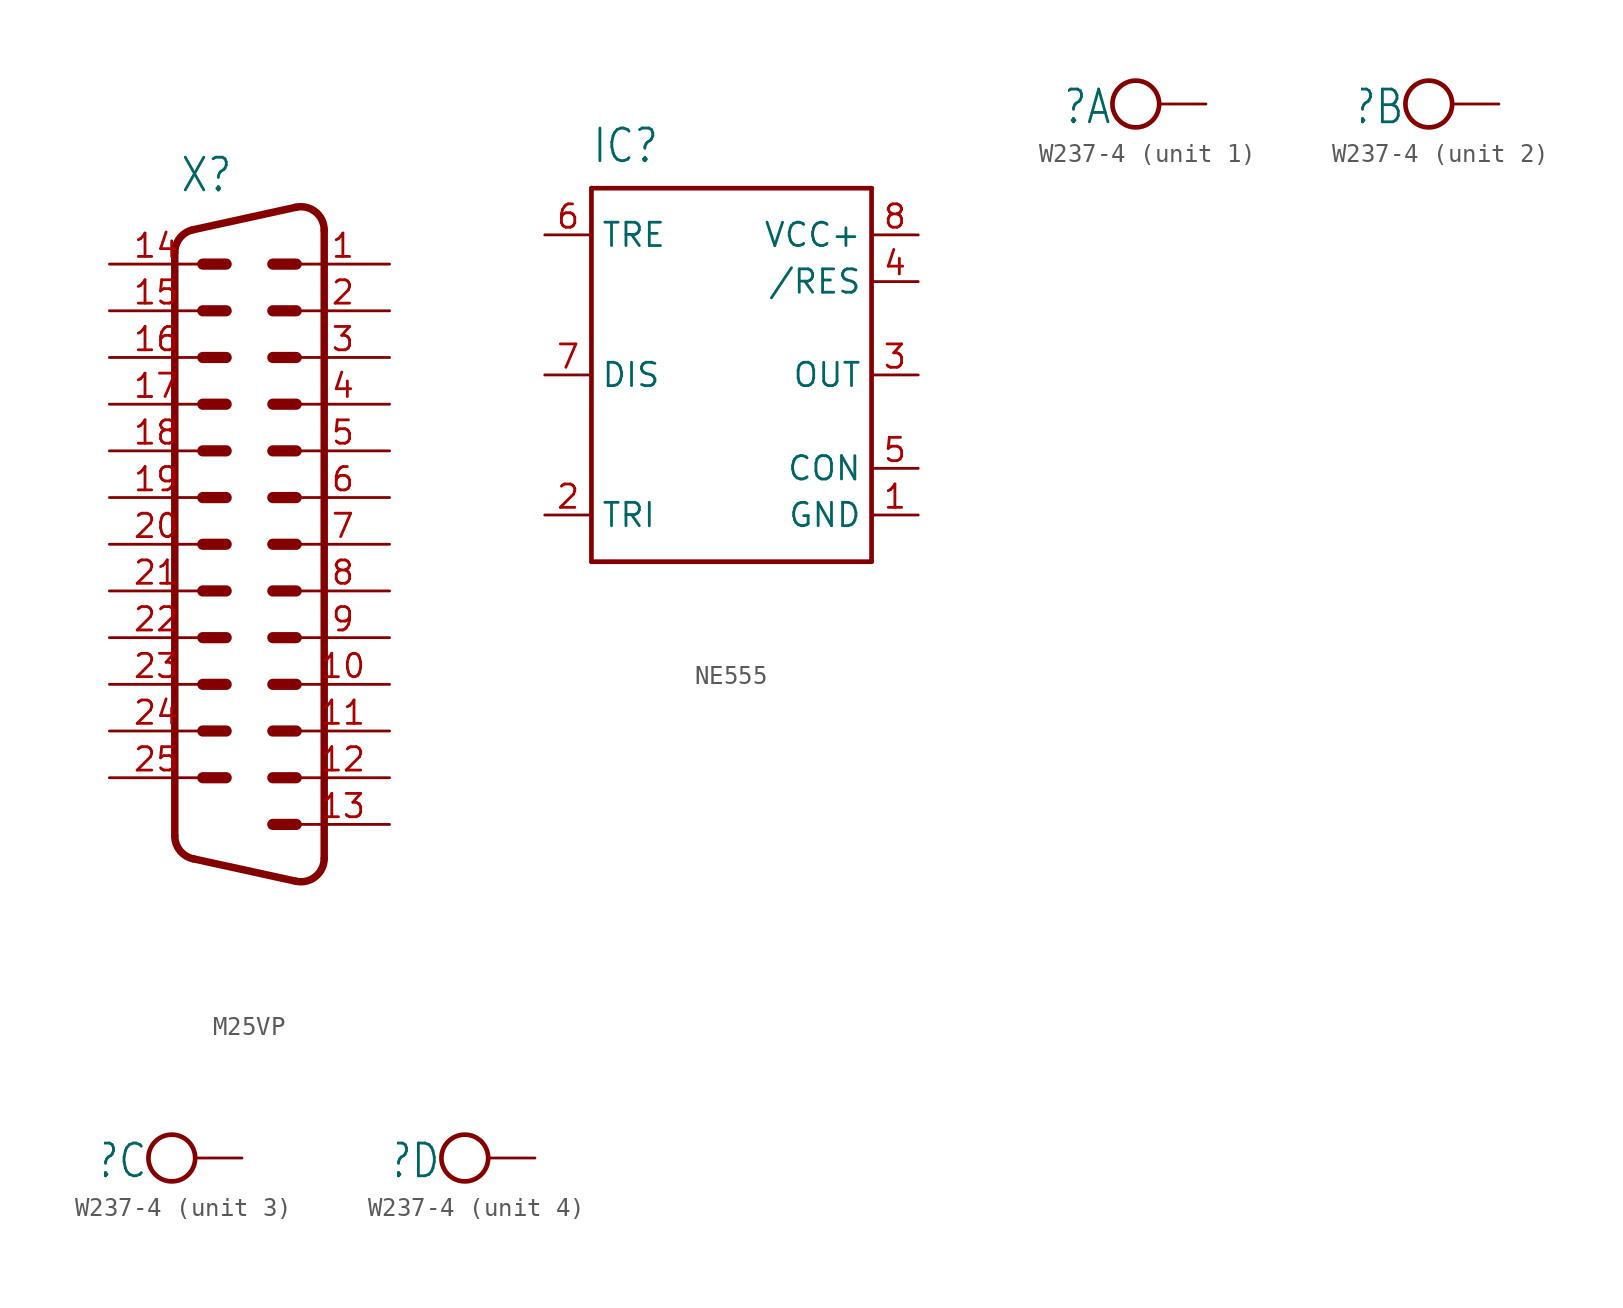
<source format=kicad_sym>
(kicad_symbol_lib
  (version 20220914)
  (generator kicad_symbol_editor)
  (symbol "M25VP"
    (property "Reference" "X"
      (at -3.81 16.51 0)
      (effects (font (size 1.778 1.511)) (justify left bottom)))
    (property "Value" ""
      (at -3.81 -23.495 0)
      (effects (font (size 1.778 1.511)) (justify left bottom)))
    (property "ki_locked" ""
      (at 0 0 0)
      (effects (font (size 1.27 1.27))))
    (symbol "M25VP_1_0"
      (arc (start -4.064 -18.4088) (mid -3.7833 -19.2051) (end -3.0653 -19.6495) (stroke (width 0.4064) (type solid)) (fill (type none)))
      (arc (start -3.0653 14.5695) (mid -3.7833 14.1251) (end -4.064 13.3288) (stroke (width 0.4064) (type solid)) (fill (type none)))
      (polyline (pts (xy -4.064 13.329) (xy -4.064 -18.409)) (stroke (width 0.406) (type solid)) (fill (type none)))
      (polyline (pts (xy -2.54 -15.24) (xy -1.27 -15.24)) (stroke (width 0.61) (type solid)) (fill (type none)))
      (polyline (pts (xy -2.54 -12.7) (xy -1.27 -12.7)) (stroke (width 0.61) (type solid)) (fill (type none)))
      (polyline (pts (xy -2.54 -10.16) (xy -1.27 -10.16)) (stroke (width 0.61) (type solid)) (fill (type none)))
      (polyline (pts (xy -2.54 -7.62) (xy -1.27 -7.62)) (stroke (width 0.61) (type solid)) (fill (type none)))
      (polyline (pts (xy -2.54 -5.08) (xy -1.27 -5.08)) (stroke (width 0.61) (type solid)) (fill (type none)))
      (polyline (pts (xy -2.54 -2.54) (xy -1.27 -2.54)) (stroke (width 0.61) (type solid)) (fill (type none)))
      (polyline (pts (xy -2.54 0) (xy -1.27 0)) (stroke (width 0.61) (type solid)) (fill (type none)))
      (polyline (pts (xy -2.54 2.54) (xy -1.27 2.54)) (stroke (width 0.61) (type solid)) (fill (type none)))
      (polyline (pts (xy -2.54 5.08) (xy -1.27 5.08)) (stroke (width 0.61) (type solid)) (fill (type none)))
      (polyline (pts (xy -2.54 7.62) (xy -1.27 7.62)) (stroke (width 0.61) (type solid)) (fill (type none)))
      (polyline (pts (xy -2.54 10.16) (xy -1.27 10.16)) (stroke (width 0.61) (type solid)) (fill (type none)))
      (polyline (pts (xy -2.54 12.7) (xy -1.27 12.7)) (stroke (width 0.61) (type solid)) (fill (type none)))
      (polyline (pts (xy 1.27 -17.78) (xy 2.54 -17.78)) (stroke (width 0.61) (type solid)) (fill (type none)))
      (polyline (pts (xy 1.27 -15.24) (xy 2.54 -15.24)) (stroke (width 0.61) (type solid)) (fill (type none)))
      (polyline (pts (xy 1.27 -12.7) (xy 2.54 -12.7)) (stroke (width 0.61) (type solid)) (fill (type none)))
      (polyline (pts (xy 1.27 -10.16) (xy 2.54 -10.16)) (stroke (width 0.61) (type solid)) (fill (type none)))
      (polyline (pts (xy 1.27 -7.62) (xy 2.54 -7.62)) (stroke (width 0.61) (type solid)) (fill (type none)))
      (polyline (pts (xy 1.27 -5.08) (xy 2.54 -5.08)) (stroke (width 0.61) (type solid)) (fill (type none)))
      (polyline (pts (xy 1.27 -2.54) (xy 2.54 -2.54)) (stroke (width 0.61) (type solid)) (fill (type none)))
      (polyline (pts (xy 1.27 0) (xy 2.54 0)) (stroke (width 0.61) (type solid)) (fill (type none)))
      (polyline (pts (xy 1.27 2.54) (xy 2.54 2.54)) (stroke (width 0.61) (type solid)) (fill (type none)))
      (polyline (pts (xy 1.27 5.08) (xy 2.54 5.08)) (stroke (width 0.61) (type solid)) (fill (type none)))
      (polyline (pts (xy 1.27 7.62) (xy 2.54 7.62)) (stroke (width 0.61) (type solid)) (fill (type none)))
      (polyline (pts (xy 1.27 10.16) (xy 2.54 10.16)) (stroke (width 0.61) (type solid)) (fill (type none)))
      (polyline (pts (xy 1.27 12.7) (xy 2.54 12.7)) (stroke (width 0.61) (type solid)) (fill (type none)))
      (polyline (pts (xy 2.523 -20.872) (xy -3.065 -19.649)) (stroke (width 0.406) (type solid)) (fill (type none)))
      (polyline (pts (xy 2.523 15.792) (xy -3.065 14.569)) (stroke (width 0.406) (type solid)) (fill (type none)))
      (polyline (pts (xy 4.064 14.551) (xy 4.064 -19.631)) (stroke (width 0.406) (type solid)) (fill (type none)))
      (arc (start 2.5226 -20.8718) (mid 3.5901 -20.6204) (end 4.0637 -19.6312) (stroke (width 0.4064) (type solid)) (fill (type none)))
      (arc (start 4.0639 14.5511) (mid 3.5903 15.5405) (end 2.5226 15.7919) (stroke (width 0.4064) (type solid)) (fill (type none)))
      (pin passive line (at 7.62 12.7 180) (length 5.08) (name "1" (effects (font (size 0 0)))) (number "1" (effects (font (size 1.27 1.27)))))
      (pin passive line (at 7.62 -10.16 180) (length 5.08) (name "10" (effects (font (size 0 0)))) (number "10" (effects (font (size 1.27 1.27)))))
      (pin passive line (at 7.62 -12.7 180) (length 5.08) (name "11" (effects (font (size 0 0)))) (number "11" (effects (font (size 1.27 1.27)))))
      (pin passive line (at 7.62 -15.24 180) (length 5.08) (name "12" (effects (font (size 0 0)))) (number "12" (effects (font (size 1.27 1.27)))))
      (pin passive line (at 7.62 -17.78 180) (length 5.08) (name "13" (effects (font (size 0 0)))) (number "13" (effects (font (size 1.27 1.27)))))
      (pin passive line (at -7.62 12.7 0) (length 5.08) (name "14" (effects (font (size 0 0)))) (number "14" (effects (font (size 1.27 1.27)))))
      (pin passive line (at -7.62 10.16 0) (length 5.08) (name "15" (effects (font (size 0 0)))) (number "15" (effects (font (size 1.27 1.27)))))
      (pin passive line (at -7.62 7.62 0) (length 5.08) (name "16" (effects (font (size 0 0)))) (number "16" (effects (font (size 1.27 1.27)))))
      (pin passive line (at -7.62 5.08 0) (length 5.08) (name "17" (effects (font (size 0 0)))) (number "17" (effects (font (size 1.27 1.27)))))
      (pin passive line (at -7.62 2.54 0) (length 5.08) (name "18" (effects (font (size 0 0)))) (number "18" (effects (font (size 1.27 1.27)))))
      (pin passive line (at -7.62 0 0) (length 5.08) (name "19" (effects (font (size 0 0)))) (number "19" (effects (font (size 1.27 1.27)))))
      (pin passive line (at 7.62 10.16 180) (length 5.08) (name "2" (effects (font (size 0 0)))) (number "2" (effects (font (size 1.27 1.27)))))
      (pin passive line (at -7.62 -2.54 0) (length 5.08) (name "20" (effects (font (size 0 0)))) (number "20" (effects (font (size 1.27 1.27)))))
      (pin passive line (at -7.62 -5.08 0) (length 5.08) (name "21" (effects (font (size 0 0)))) (number "21" (effects (font (size 1.27 1.27)))))
      (pin passive line (at -7.62 -7.62 0) (length 5.08) (name "22" (effects (font (size 0 0)))) (number "22" (effects (font (size 1.27 1.27)))))
      (pin passive line (at -7.62 -10.16 0) (length 5.08) (name "23" (effects (font (size 0 0)))) (number "23" (effects (font (size 1.27 1.27)))))
      (pin passive line (at -7.62 -12.7 0) (length 5.08) (name "24" (effects (font (size 0 0)))) (number "24" (effects (font (size 1.27 1.27)))))
      (pin passive line (at -7.62 -15.24 0) (length 5.08) (name "25" (effects (font (size 0 0)))) (number "25" (effects (font (size 1.27 1.27)))))
      (pin passive line (at 7.62 7.62 180) (length 5.08) (name "3" (effects (font (size 0 0)))) (number "3" (effects (font (size 1.27 1.27)))))
      (pin passive line (at 7.62 5.08 180) (length 5.08) (name "4" (effects (font (size 0 0)))) (number "4" (effects (font (size 1.27 1.27)))))
      (pin passive line (at 7.62 2.54 180) (length 5.08) (name "5" (effects (font (size 0 0)))) (number "5" (effects (font (size 1.27 1.27)))))
      (pin passive line (at 7.62 0 180) (length 5.08) (name "6" (effects (font (size 0 0)))) (number "6" (effects (font (size 1.27 1.27)))))
      (pin passive line (at 7.62 -2.54 180) (length 5.08) (name "7" (effects (font (size 0 0)))) (number "7" (effects (font (size 1.27 1.27)))))
      (pin passive line (at 7.62 -5.08 180) (length 5.08) (name "8" (effects (font (size 0 0)))) (number "8" (effects (font (size 1.27 1.27)))))
      (pin passive line (at 7.62 -7.62 180) (length 5.08) (name "9" (effects (font (size 0 0)))) (number "9" (effects (font (size 1.27 1.27)))))))
  (symbol "NE555"
    (property "Reference" "IC"
      (at -7.62 11.43 0)
      (effects (font (size 1.778 1.511)) (justify left bottom)))
    (property "Value" ""
      (at -7.62 -12.7 0)
      (effects (font (size 1.778 1.511)) (justify left bottom)))
    (property "ki_locked" ""
      (at 0 0 0)
      (effects (font (size 1.27 1.27))))
    (symbol "NE555_1_0"
      (polyline (pts (xy -7.62 -10.16) (xy 7.62 -10.16)) (stroke (width 0.254) (type solid)) (fill (type none)))
      (polyline (pts (xy -7.62 10.16) (xy -7.62 -10.16)) (stroke (width 0.254) (type solid)) (fill (type none)))
      (polyline (pts (xy 7.62 -10.16) (xy 7.62 10.16)) (stroke (width 0.254) (type solid)) (fill (type none)))
      (polyline (pts (xy 7.62 10.16) (xy -7.62 10.16)) (stroke (width 0.254) (type solid)) (fill (type none)))
      (pin power_in line (at 10.16 -7.62 180) (length 2.54) (name "GND" (effects (font (size 1.27 1.27)))) (number "1" (effects (font (size 1.27 1.27)))))
      (pin input line (at -10.16 -7.62 0) (length 2.54) (name "TRI" (effects (font (size 1.27 1.27)))) (number "2" (effects (font (size 1.27 1.27)))))
      (pin output line (at 10.16 0 180) (length 2.54) (name "OUT" (effects (font (size 1.27 1.27)))) (number "3" (effects (font (size 1.27 1.27)))))
      (pin input line (at 10.16 5.08 180) (length 2.54) (name "/RES" (effects (font (size 1.27 1.27)))) (number "4" (effects (font (size 1.27 1.27)))))
      (pin input line (at 10.16 -5.08 180) (length 2.54) (name "CON" (effects (font (size 1.27 1.27)))) (number "5" (effects (font (size 1.27 1.27)))))
      (pin input line (at -10.16 7.62 0) (length 2.54) (name "TRE" (effects (font (size 1.27 1.27)))) (number "6" (effects (font (size 1.27 1.27)))))
      (pin input line (at -10.16 0 0) (length 2.54) (name "DIS" (effects (font (size 1.27 1.27)))) (number "7" (effects (font (size 1.27 1.27)))))
      (pin power_in line (at 10.16 7.62 180) (length 2.54) (name "VCC+" (effects (font (size 1.27 1.27)))) (number "8" (effects (font (size 1.27 1.27)))))))
  (symbol "W237-4"
    (property "Reference" "X"
      (at 0 0.889 0)
      (effects (font (size 1.778 1.511)) (justify right top)))
    (property "ki_locked" ""
      (at 0 0 0)
      (effects (font (size 1.27 1.27))))
    (symbol "W237-4_1_0"
      (circle (center 1.27 0) (radius 1.27) (stroke (width 0.254) (type solid)) (fill (type none)))
      (pin passive line (at 5.08 0 180) (length 2.54) (name "KL" (effects (font (size 0 0)))) (number "1" (effects (font (size 0 0))))))
    (symbol "W237-4_2_0"
      (circle (center 1.27 0) (radius 1.27) (stroke (width 0.254) (type solid)) (fill (type none)))
      (pin passive line (at 5.08 0 180) (length 2.54) (name "KL" (effects (font (size 0 0)))) (number "2" (effects (font (size 0 0))))))
    (symbol "W237-4_3_0"
      (circle (center 1.27 0) (radius 1.27) (stroke (width 0.254) (type solid)) (fill (type none)))
      (pin passive line (at 5.08 0 180) (length 2.54) (name "KL" (effects (font (size 0 0)))) (number "3" (effects (font (size 0 0))))))
    (symbol "W237-4_4_0"
      (circle (center 1.27 0) (radius 1.27) (stroke (width 0.254) (type solid)) (fill (type none)))
      (pin passive line (at 5.08 0 180) (length 2.54) (name "KL" (effects (font (size 0 0)))) (number "4" (effects (font (size 0 0))))))))
</source>
